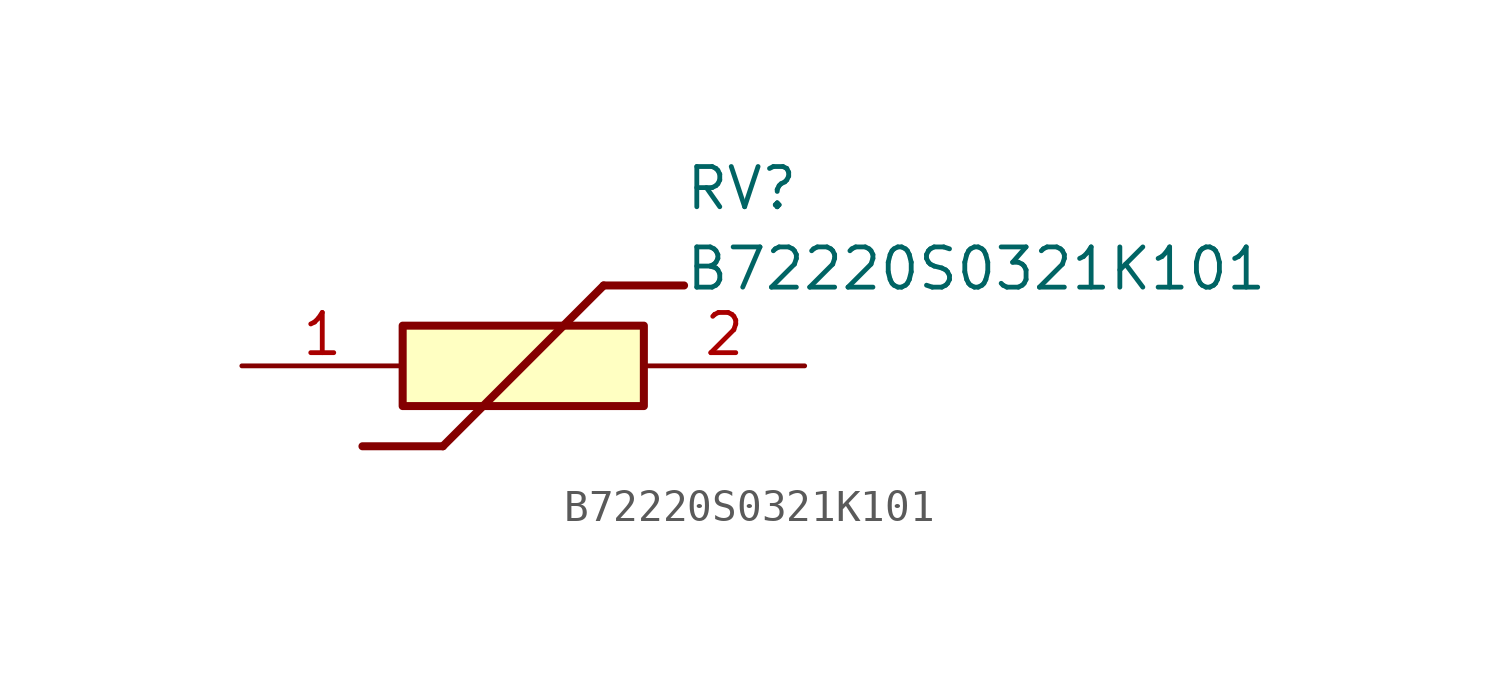
<source format=kicad_sym>
(kicad_symbol_lib
  (version 20211014)
  (generator SamacSys_ECAD_Model)
  (symbol "B72220S0321K101"
    (pin_names hide)
    (property "Reference" "RV"
      (at 13.97 6.35 0)
      (effects (font (size 1.27 1.27)) (justify left top)))
    (property "Value" "B72220S0321K101"
      (at 13.97 3.81 0)
      (effects (font (size 1.27 1.27)) (justify left top)))
    (rectangle
      (start 5.08 1.27)
      (end 12.7 -1.27)
      (stroke (width 0.254) (type default))
      (fill (type background)))
    (polyline
      (pts (xy 3.81 -2.54) (xy 6.35 -2.54))
      (stroke (width 0.254) (type default))
      (fill (type none)))
    (polyline
      (pts (xy 11.43 2.54) (xy 6.35 -2.54))
      (stroke (width 0.254) (type default))
      (fill (type none)))
    (polyline
      (pts (xy 11.43 2.54) (xy 13.97 2.54))
      (stroke (width 0.254) (type default))
      (fill (type none)))
    (pin passive line
      (at 0 0 0)
      (length 5.08)
      (name "1" (effects (font (size 1.27 1.27))))
      (number "1" (effects (font (size 1.27 1.27)))))
    (pin passive line
      (at 17.78 0 180)
      (length 5.08)
      (name "2" (effects (font (size 1.27 1.27))))
      (number "2" (effects (font (size 1.27 1.27)))))))
</source>
